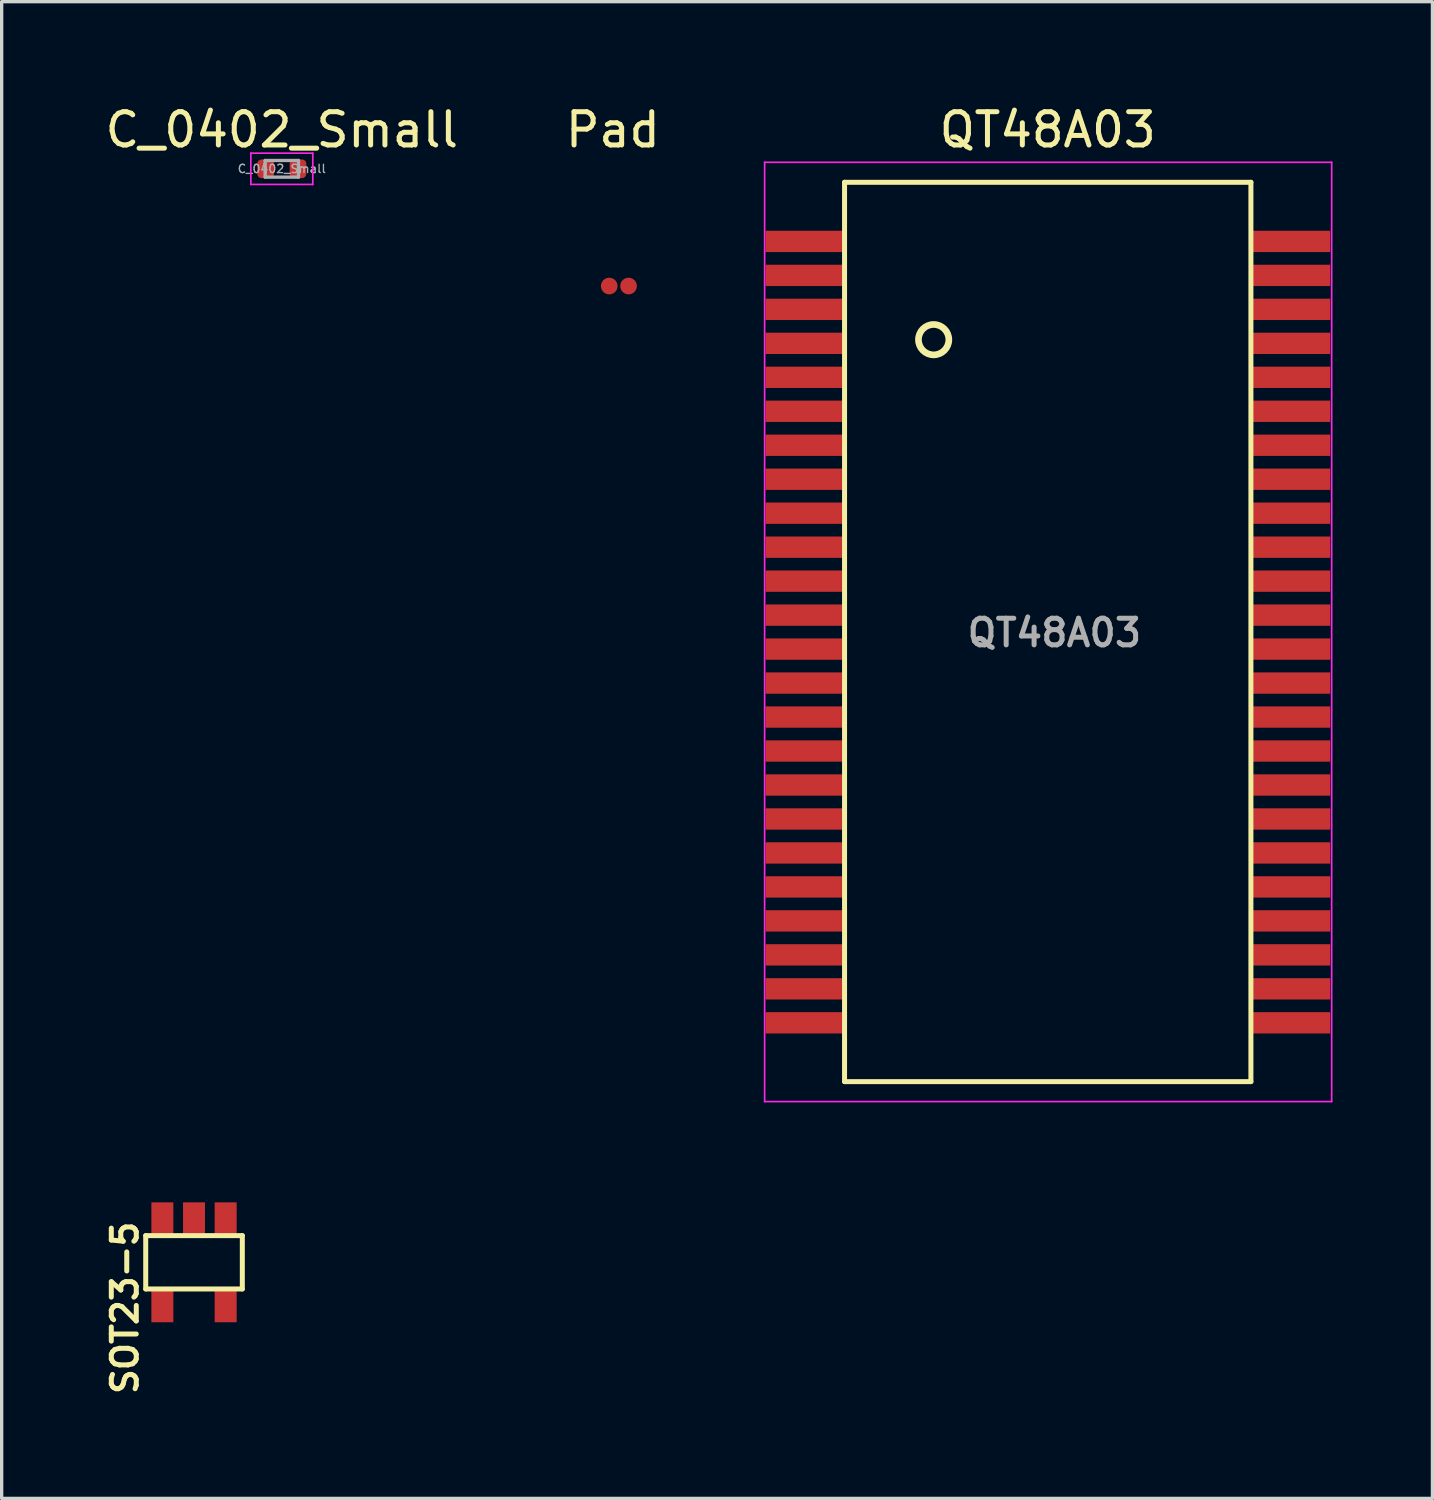
<source format=kicad_pcb>
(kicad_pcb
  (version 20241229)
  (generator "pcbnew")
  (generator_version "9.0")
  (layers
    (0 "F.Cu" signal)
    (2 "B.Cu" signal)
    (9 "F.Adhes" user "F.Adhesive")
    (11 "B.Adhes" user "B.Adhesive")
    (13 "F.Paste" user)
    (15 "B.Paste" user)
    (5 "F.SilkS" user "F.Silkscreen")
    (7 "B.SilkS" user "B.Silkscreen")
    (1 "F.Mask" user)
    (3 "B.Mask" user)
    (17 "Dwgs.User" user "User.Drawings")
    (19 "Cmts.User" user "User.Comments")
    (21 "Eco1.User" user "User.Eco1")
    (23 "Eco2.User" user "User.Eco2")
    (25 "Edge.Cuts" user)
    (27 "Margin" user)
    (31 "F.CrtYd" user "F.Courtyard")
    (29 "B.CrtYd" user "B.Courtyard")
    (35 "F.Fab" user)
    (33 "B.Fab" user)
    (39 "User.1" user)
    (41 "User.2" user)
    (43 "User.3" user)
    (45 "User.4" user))
  (footprint "C_0402_Small"
    (layer "F.Cu")
    (at 5.411 2.018)
    (property "Reference" "C_0402_Small" (at 0 -1.17 0) (layer "F.SilkS") (effects (font (size 1 1) (thickness 0.15))))
    (attr smd)
    (fp_line (start -0.93 -0.47) (end 0.93 -0.47) (stroke (width 0.05) (type solid)) (layer "F.CrtYd"))
    (fp_line (start -0.93 0.47) (end -0.93 -0.47) (stroke (width 0.05) (type solid)) (layer "F.CrtYd"))
    (fp_line (start 0.93 -0.47) (end 0.93 0.47) (stroke (width 0.05) (type solid)) (layer "F.CrtYd"))
    (fp_line (start 0.93 0.47) (end -0.93 0.47) (stroke (width 0.05) (type solid)) (layer "F.CrtYd"))
    (fp_line (start -0.5 -0.25) (end 0.5 -0.25) (stroke (width 0.1) (type solid)) (layer "F.Fab"))
    (fp_line (start -0.5 0.25) (end -0.5 -0.25) (stroke (width 0.1) (type solid)) (layer "F.Fab"))
    (fp_line (start 0.5 -0.25) (end 0.5 0.25) (stroke (width 0.1) (type solid)) (layer "F.Fab"))
    (fp_line (start 0.5 0.25) (end -0.5 0.25) (stroke (width 0.1) (type solid)) (layer "F.Fab"))
    (fp_text user "${REFERENCE}" (at 0 0 0) (layer "F.Fab") (effects (font (size 0.25 0.25) (thickness 0.04))))
    (pad "1" smd roundrect (at -0.485 0) (size 0.5 0.56) (layers "F.Cu" "F.Mask" "F.Paste") (roundrect_rratio 0.25))
    (pad "2" smd roundrect (at 0.485 0) (size 0.5 0.56) (layers "F.Cu" "F.Mask" "F.Paste") (roundrect_rratio 0.25)))
  (footprint "Pad"
    (layer "F.Cu")
    (at 15.241 5.538)
    (property "Reference" "Pad" (at 0.11 -4.69 0) (layer "F.SilkS") (effects (font (size 1 1) (thickness 0.15))))
    (attr through_hole)
    (pad "1" smd circle (at 0 0) (size 0.5 0.5) (layers "F.Cu" "F.Mask" "F.Paste"))
    (pad "2" smd circle (at 0.58 0) (size 0.5 0.5) (layers "F.Cu" "F.Mask" "F.Paste")))
  (footprint "QT48A03"
    (layer "F.Cu")
    (at 28.406 15.923)
    (property "Reference" "QT48A03" (at 0 -15.075 0) (layer "F.SilkS") (effects (font (size 1 1) (thickness 0.15))))
    (attr smd)
    (fp_line (start -6.1 -13.5) (end -6.1 13.5) (stroke (width 0.15) (type solid)) (layer "F.SilkS"))
    (fp_line (start -6.1 13.5) (end 6.1 13.5) (stroke (width 0.15) (type solid)) (layer "F.SilkS"))
    (fp_line (start 6.1 -13.5) (end -6.1 -13.5) (stroke (width 0.15) (type solid)) (layer "F.SilkS"))
    (fp_line (start 6.1 13.5) (end 6.1 -13.5) (stroke (width 0.15) (type solid)) (layer "F.SilkS"))
    (fp_circle (center -3.425 -8.775) (end -2.969 -8.775) (stroke (width 0.2) (type solid)) (fill no) (layer "F.SilkS"))
    (fp_line (start -8.5 -14.1) (end 8.525 -14.1) (stroke (width 0.05) (type solid)) (layer "F.CrtYd"))
    (fp_line (start -8.5 14.1) (end -8.5 -14.1) (stroke (width 0.05) (type solid)) (layer "F.CrtYd"))
    (fp_line (start 8.525 -14.1) (end 8.525 14.1) (stroke (width 0.05) (type solid)) (layer "F.CrtYd"))
    (fp_line (start 8.525 14.1) (end -8.5 14.1) (stroke (width 0.05) (type solid)) (layer "F.CrtYd"))
    (fp_text user "${REFERENCE}" (at 0.2 0.025 0) (layer "F.Fab") (effects (font (size 0.8 0.8) (thickness 0.15))))
    (pad "1" smd rect (at -7.3 -11.725) (size 2.34 0.64) (layers "F.Cu" "F.Mask" "F.Paste"))
    (pad "2" smd rect (at -7.3 -10.705) (size 2.34 0.64) (layers "F.Cu" "F.Mask" "F.Paste"))
    (pad "3" smd rect (at -7.3 -9.685) (size 2.34 0.64) (layers "F.Cu" "F.Mask" "F.Paste"))
    (pad "4" smd rect (at -7.3 -8.665) (size 2.34 0.64) (layers "F.Cu" "F.Mask" "F.Paste"))
    (pad "5" smd rect (at -7.3 -7.645) (size 2.34 0.64) (layers "F.Cu" "F.Mask" "F.Paste"))
    (pad "6" smd rect (at -7.3 -6.625) (size 2.34 0.64) (layers "F.Cu" "F.Mask" "F.Paste"))
    (pad "7" smd rect (at -7.3 -5.605) (size 2.34 0.64) (layers "F.Cu" "F.Mask" "F.Paste"))
    (pad "8" smd rect (at -7.3 -4.585) (size 2.34 0.64) (layers "F.Cu" "F.Mask" "F.Paste"))
    (pad "9" smd rect (at -7.3 -3.565) (size 2.34 0.64) (layers "F.Cu" "F.Mask" "F.Paste"))
    (pad "10" smd rect (at -7.3 -2.545) (size 2.34 0.64) (layers "F.Cu" "F.Mask" "F.Paste"))
    (pad "11" smd rect (at -7.3 -1.525) (size 2.34 0.64) (layers "F.Cu" "F.Mask" "F.Paste"))
    (pad "12" smd rect (at -7.3 -0.505) (size 2.34 0.64) (layers "F.Cu" "F.Mask" "F.Paste"))
    (pad "13" smd rect (at -7.3 0.515) (size 2.34 0.64) (layers "F.Cu" "F.Mask" "F.Paste"))
    (pad "14" smd rect (at -7.3 1.535) (size 2.34 0.64) (layers "F.Cu" "F.Mask" "F.Paste"))
    (pad "15" smd rect (at -7.3 2.555) (size 2.34 0.64) (layers "F.Cu" "F.Mask" "F.Paste"))
    (pad "16" smd rect (at -7.3 3.575) (size 2.34 0.64) (layers "F.Cu" "F.Mask" "F.Paste"))
    (pad "17" smd rect (at -7.3 4.595) (size 2.34 0.64) (layers "F.Cu" "F.Mask" "F.Paste"))
    (pad "18" smd rect (at -7.3 5.615) (size 2.34 0.64) (layers "F.Cu" "F.Mask" "F.Paste"))
    (pad "19" smd rect (at -7.3 6.635) (size 2.34 0.64) (layers "F.Cu" "F.Mask" "F.Paste"))
    (pad "20" smd rect (at -7.3 7.655) (size 2.34 0.64) (layers "F.Cu" "F.Mask" "F.Paste"))
    (pad "21" smd rect (at -7.3 8.675) (size 2.34 0.64) (layers "F.Cu" "F.Mask" "F.Paste"))
    (pad "22" smd rect (at -7.3 9.695) (size 2.34 0.64) (layers "F.Cu" "F.Mask" "F.Paste"))
    (pad "23" smd rect (at -7.3 10.715) (size 2.34 0.64) (layers "F.Cu" "F.Mask" "F.Paste"))
    (pad "24" smd rect (at -7.3 11.735) (size 2.34 0.64) (layers "F.Cu" "F.Mask" "F.Paste"))
    (pad "25" smd rect (at 7.31 11.735) (size 2.34 0.64) (layers "F.Cu" "F.Mask" "F.Paste"))
    (pad "26" smd rect (at 7.31 10.715) (size 2.34 0.64) (layers "F.Cu" "F.Mask" "F.Paste"))
    (pad "27" smd rect (at 7.31 9.695) (size 2.34 0.64) (layers "F.Cu" "F.Mask" "F.Paste"))
    (pad "28" smd rect (at 7.31 8.675) (size 2.34 0.64) (layers "F.Cu" "F.Mask" "F.Paste"))
    (pad "29" smd rect (at 7.31 7.655) (size 2.34 0.64) (layers "F.Cu" "F.Mask" "F.Paste"))
    (pad "30" smd rect (at 7.31 6.635) (size 2.34 0.64) (layers "F.Cu" "F.Mask" "F.Paste"))
    (pad "31" smd rect (at 7.31 5.615) (size 2.34 0.64) (layers "F.Cu" "F.Mask" "F.Paste"))
    (pad "32" smd rect (at 7.31 4.595) (size 2.34 0.64) (layers "F.Cu" "F.Mask" "F.Paste"))
    (pad "33" smd rect (at 7.31 3.575) (size 2.34 0.64) (layers "F.Cu" "F.Mask" "F.Paste"))
    (pad "34" smd rect (at 7.31 2.555) (size 2.34 0.64) (layers "F.Cu" "F.Mask" "F.Paste"))
    (pad "35" smd rect (at 7.31 1.535) (size 2.34 0.64) (layers "F.Cu" "F.Mask" "F.Paste"))
    (pad "36" smd rect (at 7.31 0.515) (size 2.34 0.64) (layers "F.Cu" "F.Mask" "F.Paste"))
    (pad "37" smd rect (at 7.31 -0.505) (size 2.34 0.64) (layers "F.Cu" "F.Mask" "F.Paste"))
    (pad "38" smd rect (at 7.31 -1.525) (size 2.34 0.64) (layers "F.Cu" "F.Mask" "F.Paste"))
    (pad "39" smd rect (at 7.31 -2.545) (size 2.34 0.64) (layers "F.Cu" "F.Mask" "F.Paste"))
    (pad "40" smd rect (at 7.31 -3.565) (size 2.34 0.64) (layers "F.Cu" "F.Mask" "F.Paste"))
    (pad "41" smd rect (at 7.31 -4.585) (size 2.34 0.64) (layers "F.Cu" "F.Mask" "F.Paste"))
    (pad "42" smd rect (at 7.31 -5.605) (size 2.34 0.64) (layers "F.Cu" "F.Mask" "F.Paste"))
    (pad "43" smd rect (at 7.31 -6.625) (size 2.34 0.64) (layers "F.Cu" "F.Mask" "F.Paste"))
    (pad "44" smd rect (at 7.31 -7.645) (size 2.34 0.64) (layers "F.Cu" "F.Mask" "F.Paste"))
    (pad "45" smd rect (at 7.31 -8.665) (size 2.34 0.64) (layers "F.Cu" "F.Mask" "F.Paste"))
    (pad "46" smd rect (at 7.31 -9.685) (size 2.34 0.64) (layers "F.Cu" "F.Mask" "F.Paste"))
    (pad "47" smd rect (at 7.31 -10.705) (size 2.34 0.64) (layers "F.Cu" "F.Mask" "F.Paste"))
    (pad "48" smd rect (at 7.31 -11.725) (size 2.34 0.64) (layers "F.Cu" "F.Mask" "F.Paste")))
  (footprint "SOT23-5"
    (layer "F.Cu")
    (at 2.775 34.848)
    (property "Reference" "SOT23-5" (at -2.073 1.367 90) (layer "F.SilkS") (effects (font (size 0.75 0.75) (thickness 0.15))))
    (attr smd)
    (fp_line (start -1.45 -0.8) (end 1.45 -0.8) (stroke (width 0.15) (type solid)) (layer "F.SilkS"))
    (fp_line (start -1.45 0.8) (end -1.45 -0.8) (stroke (width 0.15) (type solid)) (layer "F.SilkS"))
    (fp_line (start 1.45 -0.8) (end 1.45 0.8) (stroke (width 0.15) (type solid)) (layer "F.SilkS"))
    (fp_line (start 1.45 0.8) (end -1.45 0.8) (stroke (width 0.15) (type solid)) (layer "F.SilkS"))
    (pad "1" smd rect (at 0.95 -1.3) (size 0.66 1) (layers "F.Cu" "F.Mask" "F.Paste"))
    (pad "2" smd rect (at 0 -1.3) (size 0.66 1) (layers "F.Cu" "F.Mask" "F.Paste"))
    (pad "3" smd rect (at -0.95 -1.3) (size 0.66 1) (layers "F.Cu" "F.Mask" "F.Paste"))
    (pad "4" smd rect (at -0.95 1.3) (size 0.66 1) (layers "F.Cu" "F.Mask" "F.Paste"))
    (pad "5" smd rect (at 0.95 1.3) (size 0.66 1) (layers "F.Cu" "F.Mask" "F.Paste")))
  (gr_rect
    (start -3 -3)
    (end 39.956 41.937)
    (stroke (width 0.1) (type default))
    (fill no)
    (layer "Edge.Cuts")))
</source>
